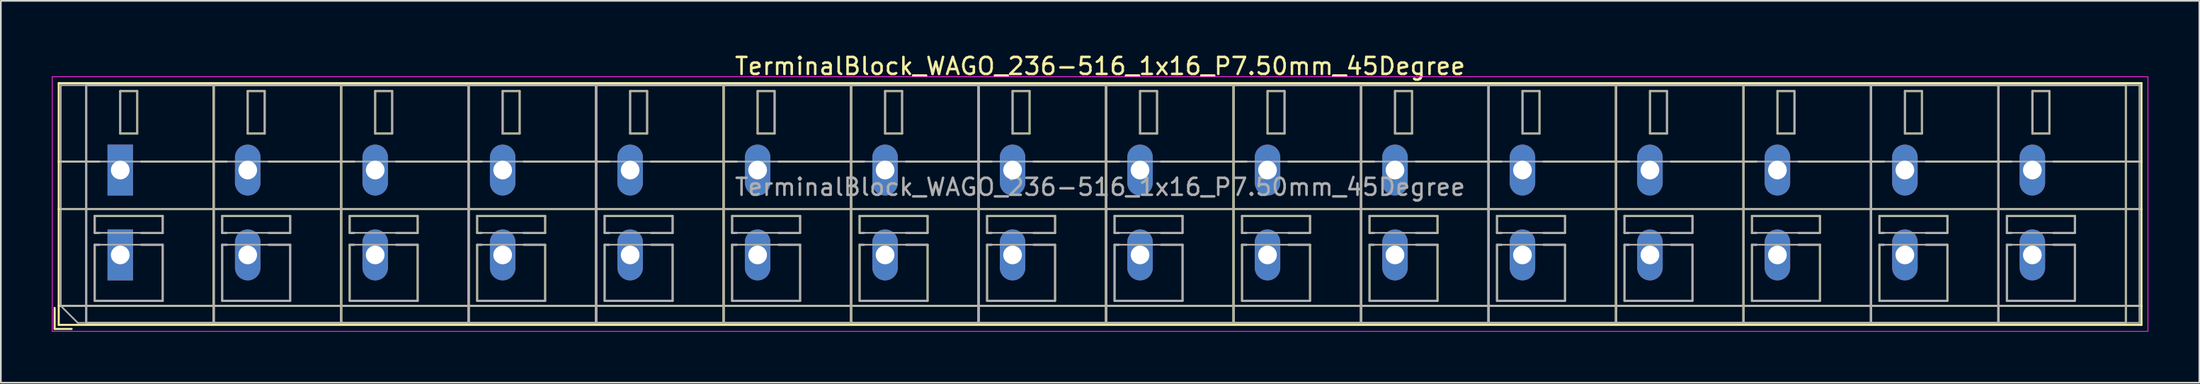
<source format=kicad_pcb>
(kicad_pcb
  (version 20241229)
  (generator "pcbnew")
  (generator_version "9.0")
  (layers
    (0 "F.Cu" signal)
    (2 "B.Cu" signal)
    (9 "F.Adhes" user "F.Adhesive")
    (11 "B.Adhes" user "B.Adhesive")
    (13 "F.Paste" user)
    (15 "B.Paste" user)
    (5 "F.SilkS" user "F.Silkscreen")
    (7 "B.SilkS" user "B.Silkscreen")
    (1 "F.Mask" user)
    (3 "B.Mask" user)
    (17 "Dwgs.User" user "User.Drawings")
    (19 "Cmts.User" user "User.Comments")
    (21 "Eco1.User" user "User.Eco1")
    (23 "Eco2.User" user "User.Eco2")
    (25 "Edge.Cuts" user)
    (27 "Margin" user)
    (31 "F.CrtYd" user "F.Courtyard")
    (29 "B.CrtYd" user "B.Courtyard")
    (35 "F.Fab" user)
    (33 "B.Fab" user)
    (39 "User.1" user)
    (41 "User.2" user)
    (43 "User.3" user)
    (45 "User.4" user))
  (footprint "TerminalBlock_WAGO_236-516_1x16_P7.50mm_45Degree"
    (layer "F.Cu")
    (at 4.025 6.968)
    (property "Reference" "TerminalBlock_WAGO_236-516_1x16_P7.50mm_45Degree" (at 57.65 -6.12 0) (layer "F.SilkS") (effects (font (size 1 1) (thickness 0.15))))
    (attr through_hole)
    (fp_line (start -3.86 8.12) (end -3.86 9.36) (stroke (width 0.12) (type solid)) (layer "F.SilkS"))
    (fp_line (start -3.86 9.36) (end -2.86 9.36) (stroke (width 0.12) (type solid)) (layer "F.SilkS"))
    (fp_line (start -3.62 -5.12) (end -3.62 9.12) (stroke (width 0.12) (type solid)) (layer "F.SilkS"))
    (fp_line (start -3.62 -5.12) (end 118.92 -5.12) (stroke (width 0.12) (type solid)) (layer "F.SilkS"))
    (fp_line (start -3.62 -0.5) (end -1.23 -0.5) (stroke (width 0.12) (type solid)) (layer "F.SilkS"))
    (fp_line (start -3.62 2.3) (end 118.92 2.3) (stroke (width 0.12) (type solid)) (layer "F.SilkS"))
    (fp_line (start -3.62 8) (end 118.92 8) (stroke (width 0.12) (type solid)) (layer "F.SilkS"))
    (fp_line (start -3.62 9.12) (end 118.92 9.12) (stroke (width 0.12) (type solid)) (layer "F.SilkS"))
    (fp_line (start -2 -5) (end -2 9) (stroke (width 0.12) (type solid)) (layer "F.SilkS"))
    (fp_line (start -2 -5) (end 5.5 -5) (stroke (width 0.12) (type solid)) (layer "F.SilkS"))
    (fp_line (start -2 9) (end 5.5 9) (stroke (width 0.12) (type solid)) (layer "F.SilkS"))
    (fp_line (start -1.5 2.7) (end -1.5 3.7) (stroke (width 0.12) (type solid)) (layer "F.SilkS"))
    (fp_line (start -1.5 2.7) (end 2.5 2.7) (stroke (width 0.12) (type solid)) (layer "F.SilkS"))
    (fp_line (start -1.5 3.7) (end -1.23 3.7) (stroke (width 0.12) (type solid)) (layer "F.SilkS"))
    (fp_line (start -1.5 4.4) (end -1.5 7.7) (stroke (width 0.12) (type solid)) (layer "F.SilkS"))
    (fp_line (start -1.5 4.4) (end -1.23 4.4) (stroke (width 0.12) (type solid)) (layer "F.SilkS"))
    (fp_line (start -1.5 7.7) (end 2.5 7.7) (stroke (width 0.12) (type solid)) (layer "F.SilkS"))
    (fp_line (start 0 -4.65) (end 0 -2.151) (stroke (width 0.12) (type solid)) (layer "F.SilkS"))
    (fp_line (start 0 -4.65) (end 1 -4.65) (stroke (width 0.12) (type solid)) (layer "F.SilkS"))
    (fp_line (start 0 -2.151) (end 1 -2.151) (stroke (width 0.12) (type solid)) (layer "F.SilkS"))
    (fp_line (start 1 -4.65) (end 1 -2.151) (stroke (width 0.12) (type solid)) (layer "F.SilkS"))
    (fp_line (start 1.23 -0.5) (end 6.27 -0.5) (stroke (width 0.12) (type solid)) (layer "F.SilkS"))
    (fp_line (start 1.23 3.7) (end 2.5 3.7) (stroke (width 0.12) (type solid)) (layer "F.SilkS"))
    (fp_line (start 1.23 4.4) (end 2.5 4.4) (stroke (width 0.12) (type solid)) (layer "F.SilkS"))
    (fp_line (start 2.5 2.7) (end 2.5 3.7) (stroke (width 0.12) (type solid)) (layer "F.SilkS"))
    (fp_line (start 2.5 4.4) (end 2.5 7.7) (stroke (width 0.12) (type solid)) (layer "F.SilkS"))
    (fp_line (start 5.5 -5) (end 5.5 9) (stroke (width 0.12) (type solid)) (layer "F.SilkS"))
    (fp_line (start 5.5 -5) (end 5.5 9) (stroke (width 0.12) (type solid)) (layer "F.SilkS"))
    (fp_line (start 5.5 -5) (end 13 -5) (stroke (width 0.12) (type solid)) (layer "F.SilkS"))
    (fp_line (start 5.5 9) (end 13 9) (stroke (width 0.12) (type solid)) (layer "F.SilkS"))
    (fp_line (start 6 2.7) (end 6 3.7) (stroke (width 0.12) (type solid)) (layer "F.SilkS"))
    (fp_line (start 6 2.7) (end 10 2.7) (stroke (width 0.12) (type solid)) (layer "F.SilkS"))
    (fp_line (start 6 3.7) (end 6.27 3.7) (stroke (width 0.12) (type solid)) (layer "F.SilkS"))
    (fp_line (start 6 4.4) (end 6 7.7) (stroke (width 0.12) (type solid)) (layer "F.SilkS"))
    (fp_line (start 6 4.4) (end 6.27 4.4) (stroke (width 0.12) (type solid)) (layer "F.SilkS"))
    (fp_line (start 6 7.7) (end 10 7.7) (stroke (width 0.12) (type solid)) (layer "F.SilkS"))
    (fp_line (start 7.5 -4.65) (end 7.5 -2.151) (stroke (width 0.12) (type solid)) (layer "F.SilkS"))
    (fp_line (start 7.5 -4.65) (end 8.5 -4.65) (stroke (width 0.12) (type solid)) (layer "F.SilkS"))
    (fp_line (start 7.5 -2.151) (end 8.5 -2.151) (stroke (width 0.12) (type solid)) (layer "F.SilkS"))
    (fp_line (start 8.5 -4.65) (end 8.5 -2.151) (stroke (width 0.12) (type solid)) (layer "F.SilkS"))
    (fp_line (start 8.73 -0.5) (end 13.77 -0.5) (stroke (width 0.12) (type solid)) (layer "F.SilkS"))
    (fp_line (start 8.73 3.7) (end 10 3.7) (stroke (width 0.12) (type solid)) (layer "F.SilkS"))
    (fp_line (start 8.73 4.4) (end 10 4.4) (stroke (width 0.12) (type solid)) (layer "F.SilkS"))
    (fp_line (start 10 2.7) (end 10 3.7) (stroke (width 0.12) (type solid)) (layer "F.SilkS"))
    (fp_line (start 10 4.4) (end 10 7.7) (stroke (width 0.12) (type solid)) (layer "F.SilkS"))
    (fp_line (start 13 -5) (end 13 9) (stroke (width 0.12) (type solid)) (layer "F.SilkS"))
    (fp_line (start 13 -5) (end 13 9) (stroke (width 0.12) (type solid)) (layer "F.SilkS"))
    (fp_line (start 13 -5) (end 20.5 -5) (stroke (width 0.12) (type solid)) (layer "F.SilkS"))
    (fp_line (start 13 9) (end 20.5 9) (stroke (width 0.12) (type solid)) (layer "F.SilkS"))
    (fp_line (start 13.5 2.7) (end 13.5 3.7) (stroke (width 0.12) (type solid)) (layer "F.SilkS"))
    (fp_line (start 13.5 2.7) (end 17.5 2.7) (stroke (width 0.12) (type solid)) (layer "F.SilkS"))
    (fp_line (start 13.5 3.7) (end 13.77 3.7) (stroke (width 0.12) (type solid)) (layer "F.SilkS"))
    (fp_line (start 13.5 4.4) (end 13.5 7.7) (stroke (width 0.12) (type solid)) (layer "F.SilkS"))
    (fp_line (start 13.5 4.4) (end 13.77 4.4) (stroke (width 0.12) (type solid)) (layer "F.SilkS"))
    (fp_line (start 13.5 7.7) (end 17.5 7.7) (stroke (width 0.12) (type solid)) (layer "F.SilkS"))
    (fp_line (start 15 -4.65) (end 15 -2.151) (stroke (width 0.12) (type solid)) (layer "F.SilkS"))
    (fp_line (start 15 -4.65) (end 16 -4.65) (stroke (width 0.12) (type solid)) (layer "F.SilkS"))
    (fp_line (start 15 -2.151) (end 16 -2.151) (stroke (width 0.12) (type solid)) (layer "F.SilkS"))
    (fp_line (start 16 -4.65) (end 16 -2.151) (stroke (width 0.12) (type solid)) (layer "F.SilkS"))
    (fp_line (start 16.23 -0.5) (end 21.27 -0.5) (stroke (width 0.12) (type solid)) (layer "F.SilkS"))
    (fp_line (start 16.23 3.7) (end 17.5 3.7) (stroke (width 0.12) (type solid)) (layer "F.SilkS"))
    (fp_line (start 16.23 4.4) (end 17.5 4.4) (stroke (width 0.12) (type solid)) (layer "F.SilkS"))
    (fp_line (start 17.5 2.7) (end 17.5 3.7) (stroke (width 0.12) (type solid)) (layer "F.SilkS"))
    (fp_line (start 17.5 4.4) (end 17.5 7.7) (stroke (width 0.12) (type solid)) (layer "F.SilkS"))
    (fp_line (start 20.5 -5) (end 20.5 9) (stroke (width 0.12) (type solid)) (layer "F.SilkS"))
    (fp_line (start 20.5 -5) (end 20.5 9) (stroke (width 0.12) (type solid)) (layer "F.SilkS"))
    (fp_line (start 20.5 -5) (end 28 -5) (stroke (width 0.12) (type solid)) (layer "F.SilkS"))
    (fp_line (start 20.5 9) (end 28 9) (stroke (width 0.12) (type solid)) (layer "F.SilkS"))
    (fp_line (start 21 2.7) (end 21 3.7) (stroke (width 0.12) (type solid)) (layer "F.SilkS"))
    (fp_line (start 21 2.7) (end 25 2.7) (stroke (width 0.12) (type solid)) (layer "F.SilkS"))
    (fp_line (start 21 3.7) (end 21.27 3.7) (stroke (width 0.12) (type solid)) (layer "F.SilkS"))
    (fp_line (start 21 4.4) (end 21 7.7) (stroke (width 0.12) (type solid)) (layer "F.SilkS"))
    (fp_line (start 21 4.4) (end 21.27 4.4) (stroke (width 0.12) (type solid)) (layer "F.SilkS"))
    (fp_line (start 21 7.7) (end 25 7.7) (stroke (width 0.12) (type solid)) (layer "F.SilkS"))
    (fp_line (start 22.5 -4.65) (end 22.5 -2.151) (stroke (width 0.12) (type solid)) (layer "F.SilkS"))
    (fp_line (start 22.5 -4.65) (end 23.5 -4.65) (stroke (width 0.12) (type solid)) (layer "F.SilkS"))
    (fp_line (start 22.5 -2.151) (end 23.5 -2.151) (stroke (width 0.12) (type solid)) (layer "F.SilkS"))
    (fp_line (start 23.5 -4.65) (end 23.5 -2.151) (stroke (width 0.12) (type solid)) (layer "F.SilkS"))
    (fp_line (start 23.73 -0.5) (end 28.77 -0.5) (stroke (width 0.12) (type solid)) (layer "F.SilkS"))
    (fp_line (start 23.73 3.7) (end 25 3.7) (stroke (width 0.12) (type solid)) (layer "F.SilkS"))
    (fp_line (start 23.73 4.4) (end 25 4.4) (stroke (width 0.12) (type solid)) (layer "F.SilkS"))
    (fp_line (start 25 2.7) (end 25 3.7) (stroke (width 0.12) (type solid)) (layer "F.SilkS"))
    (fp_line (start 25 4.4) (end 25 7.7) (stroke (width 0.12) (type solid)) (layer "F.SilkS"))
    (fp_line (start 28 -5) (end 28 9) (stroke (width 0.12) (type solid)) (layer "F.SilkS"))
    (fp_line (start 28 -5) (end 28 9) (stroke (width 0.12) (type solid)) (layer "F.SilkS"))
    (fp_line (start 28 -5) (end 35.5 -5) (stroke (width 0.12) (type solid)) (layer "F.SilkS"))
    (fp_line (start 28 9) (end 35.5 9) (stroke (width 0.12) (type solid)) (layer "F.SilkS"))
    (fp_line (start 28.5 2.7) (end 28.5 3.7) (stroke (width 0.12) (type solid)) (layer "F.SilkS"))
    (fp_line (start 28.5 2.7) (end 32.5 2.7) (stroke (width 0.12) (type solid)) (layer "F.SilkS"))
    (fp_line (start 28.5 3.7) (end 28.77 3.7) (stroke (width 0.12) (type solid)) (layer "F.SilkS"))
    (fp_line (start 28.5 4.4) (end 28.5 7.7) (stroke (width 0.12) (type solid)) (layer "F.SilkS"))
    (fp_line (start 28.5 4.4) (end 28.77 4.4) (stroke (width 0.12) (type solid)) (layer "F.SilkS"))
    (fp_line (start 28.5 7.7) (end 32.5 7.7) (stroke (width 0.12) (type solid)) (layer "F.SilkS"))
    (fp_line (start 30 -4.65) (end 30 -2.151) (stroke (width 0.12) (type solid)) (layer "F.SilkS"))
    (fp_line (start 30 -4.65) (end 31 -4.65) (stroke (width 0.12) (type solid)) (layer "F.SilkS"))
    (fp_line (start 30 -2.151) (end 31 -2.151) (stroke (width 0.12) (type solid)) (layer "F.SilkS"))
    (fp_line (start 31 -4.65) (end 31 -2.151) (stroke (width 0.12) (type solid)) (layer "F.SilkS"))
    (fp_line (start 31.23 -0.5) (end 36.27 -0.5) (stroke (width 0.12) (type solid)) (layer "F.SilkS"))
    (fp_line (start 31.23 3.7) (end 32.5 3.7) (stroke (width 0.12) (type solid)) (layer "F.SilkS"))
    (fp_line (start 31.23 4.4) (end 32.5 4.4) (stroke (width 0.12) (type solid)) (layer "F.SilkS"))
    (fp_line (start 32.5 2.7) (end 32.5 3.7) (stroke (width 0.12) (type solid)) (layer "F.SilkS"))
    (fp_line (start 32.5 4.4) (end 32.5 7.7) (stroke (width 0.12) (type solid)) (layer "F.SilkS"))
    (fp_line (start 35.5 -5) (end 35.5 9) (stroke (width 0.12) (type solid)) (layer "F.SilkS"))
    (fp_line (start 35.5 -5) (end 35.5 9) (stroke (width 0.12) (type solid)) (layer "F.SilkS"))
    (fp_line (start 35.5 -5) (end 43 -5) (stroke (width 0.12) (type solid)) (layer "F.SilkS"))
    (fp_line (start 35.5 9) (end 43 9) (stroke (width 0.12) (type solid)) (layer "F.SilkS"))
    (fp_line (start 36 2.7) (end 36 3.7) (stroke (width 0.12) (type solid)) (layer "F.SilkS"))
    (fp_line (start 36 2.7) (end 40 2.7) (stroke (width 0.12) (type solid)) (layer "F.SilkS"))
    (fp_line (start 36 3.7) (end 36.27 3.7) (stroke (width 0.12) (type solid)) (layer "F.SilkS"))
    (fp_line (start 36 4.4) (end 36 7.7) (stroke (width 0.12) (type solid)) (layer "F.SilkS"))
    (fp_line (start 36 4.4) (end 36.27 4.4) (stroke (width 0.12) (type solid)) (layer "F.SilkS"))
    (fp_line (start 36 7.7) (end 40 7.7) (stroke (width 0.12) (type solid)) (layer "F.SilkS"))
    (fp_line (start 37.5 -4.65) (end 37.5 -2.151) (stroke (width 0.12) (type solid)) (layer "F.SilkS"))
    (fp_line (start 37.5 -4.65) (end 38.5 -4.65) (stroke (width 0.12) (type solid)) (layer "F.SilkS"))
    (fp_line (start 37.5 -2.151) (end 38.5 -2.151) (stroke (width 0.12) (type solid)) (layer "F.SilkS"))
    (fp_line (start 38.5 -4.65) (end 38.5 -2.151) (stroke (width 0.12) (type solid)) (layer "F.SilkS"))
    (fp_line (start 38.73 -0.5) (end 43.77 -0.5) (stroke (width 0.12) (type solid)) (layer "F.SilkS"))
    (fp_line (start 38.73 3.7) (end 40 3.7) (stroke (width 0.12) (type solid)) (layer "F.SilkS"))
    (fp_line (start 38.73 4.4) (end 40 4.4) (stroke (width 0.12) (type solid)) (layer "F.SilkS"))
    (fp_line (start 40 2.7) (end 40 3.7) (stroke (width 0.12) (type solid)) (layer "F.SilkS"))
    (fp_line (start 40 4.4) (end 40 7.7) (stroke (width 0.12) (type solid)) (layer "F.SilkS"))
    (fp_line (start 43 -5) (end 43 9) (stroke (width 0.12) (type solid)) (layer "F.SilkS"))
    (fp_line (start 43 -5) (end 43 9) (stroke (width 0.12) (type solid)) (layer "F.SilkS"))
    (fp_line (start 43 -5) (end 50.5 -5) (stroke (width 0.12) (type solid)) (layer "F.SilkS"))
    (fp_line (start 43 9) (end 50.5 9) (stroke (width 0.12) (type solid)) (layer "F.SilkS"))
    (fp_line (start 43.5 2.7) (end 43.5 3.7) (stroke (width 0.12) (type solid)) (layer "F.SilkS"))
    (fp_line (start 43.5 2.7) (end 47.5 2.7) (stroke (width 0.12) (type solid)) (layer "F.SilkS"))
    (fp_line (start 43.5 3.7) (end 43.77 3.7) (stroke (width 0.12) (type solid)) (layer "F.SilkS"))
    (fp_line (start 43.5 4.4) (end 43.5 7.7) (stroke (width 0.12) (type solid)) (layer "F.SilkS"))
    (fp_line (start 43.5 4.4) (end 43.77 4.4) (stroke (width 0.12) (type solid)) (layer "F.SilkS"))
    (fp_line (start 43.5 7.7) (end 47.5 7.7) (stroke (width 0.12) (type solid)) (layer "F.SilkS"))
    (fp_line (start 45 -4.65) (end 45 -2.151) (stroke (width 0.12) (type solid)) (layer "F.SilkS"))
    (fp_line (start 45 -4.65) (end 46 -4.65) (stroke (width 0.12) (type solid)) (layer "F.SilkS"))
    (fp_line (start 45 -2.151) (end 46 -2.151) (stroke (width 0.12) (type solid)) (layer "F.SilkS"))
    (fp_line (start 46 -4.65) (end 46 -2.151) (stroke (width 0.12) (type solid)) (layer "F.SilkS"))
    (fp_line (start 46.23 -0.5) (end 51.27 -0.5) (stroke (width 0.12) (type solid)) (layer "F.SilkS"))
    (fp_line (start 46.23 3.7) (end 47.5 3.7) (stroke (width 0.12) (type solid)) (layer "F.SilkS"))
    (fp_line (start 46.23 4.4) (end 47.5 4.4) (stroke (width 0.12) (type solid)) (layer "F.SilkS"))
    (fp_line (start 47.5 2.7) (end 47.5 3.7) (stroke (width 0.12) (type solid)) (layer "F.SilkS"))
    (fp_line (start 47.5 4.4) (end 47.5 7.7) (stroke (width 0.12) (type solid)) (layer "F.SilkS"))
    (fp_line (start 50.5 -5) (end 50.5 9) (stroke (width 0.12) (type solid)) (layer "F.SilkS"))
    (fp_line (start 50.5 -5) (end 50.5 9) (stroke (width 0.12) (type solid)) (layer "F.SilkS"))
    (fp_line (start 50.5 -5) (end 58 -5) (stroke (width 0.12) (type solid)) (layer "F.SilkS"))
    (fp_line (start 50.5 9) (end 58 9) (stroke (width 0.12) (type solid)) (layer "F.SilkS"))
    (fp_line (start 51 2.7) (end 51 3.7) (stroke (width 0.12) (type solid)) (layer "F.SilkS"))
    (fp_line (start 51 2.7) (end 55 2.7) (stroke (width 0.12) (type solid)) (layer "F.SilkS"))
    (fp_line (start 51 3.7) (end 51.27 3.7) (stroke (width 0.12) (type solid)) (layer "F.SilkS"))
    (fp_line (start 51 4.4) (end 51 7.7) (stroke (width 0.12) (type solid)) (layer "F.SilkS"))
    (fp_line (start 51 4.4) (end 51.27 4.4) (stroke (width 0.12) (type solid)) (layer "F.SilkS"))
    (fp_line (start 51 7.7) (end 55 7.7) (stroke (width 0.12) (type solid)) (layer "F.SilkS"))
    (fp_line (start 52.5 -4.65) (end 52.5 -2.151) (stroke (width 0.12) (type solid)) (layer "F.SilkS"))
    (fp_line (start 52.5 -4.65) (end 53.5 -4.65) (stroke (width 0.12) (type solid)) (layer "F.SilkS"))
    (fp_line (start 52.5 -2.151) (end 53.5 -2.151) (stroke (width 0.12) (type solid)) (layer "F.SilkS"))
    (fp_line (start 53.5 -4.65) (end 53.5 -2.151) (stroke (width 0.12) (type solid)) (layer "F.SilkS"))
    (fp_line (start 53.73 -0.5) (end 58.77 -0.5) (stroke (width 0.12) (type solid)) (layer "F.SilkS"))
    (fp_line (start 53.73 3.7) (end 55 3.7) (stroke (width 0.12) (type solid)) (layer "F.SilkS"))
    (fp_line (start 53.73 4.4) (end 55 4.4) (stroke (width 0.12) (type solid)) (layer "F.SilkS"))
    (fp_line (start 55 2.7) (end 55 3.7) (stroke (width 0.12) (type solid)) (layer "F.SilkS"))
    (fp_line (start 55 4.4) (end 55 7.7) (stroke (width 0.12) (type solid)) (layer "F.SilkS"))
    (fp_line (start 58 -5) (end 58 9) (stroke (width 0.12) (type solid)) (layer "F.SilkS"))
    (fp_line (start 58 -5) (end 58 9) (stroke (width 0.12) (type solid)) (layer "F.SilkS"))
    (fp_line (start 58 -5) (end 65.5 -5) (stroke (width 0.12) (type solid)) (layer "F.SilkS"))
    (fp_line (start 58 9) (end 65.5 9) (stroke (width 0.12) (type solid)) (layer "F.SilkS"))
    (fp_line (start 58.5 2.7) (end 58.5 3.7) (stroke (width 0.12) (type solid)) (layer "F.SilkS"))
    (fp_line (start 58.5 2.7) (end 62.5 2.7) (stroke (width 0.12) (type solid)) (layer "F.SilkS"))
    (fp_line (start 58.5 3.7) (end 58.77 3.7) (stroke (width 0.12) (type solid)) (layer "F.SilkS"))
    (fp_line (start 58.5 4.4) (end 58.5 7.7) (stroke (width 0.12) (type solid)) (layer "F.SilkS"))
    (fp_line (start 58.5 4.4) (end 58.77 4.4) (stroke (width 0.12) (type solid)) (layer "F.SilkS"))
    (fp_line (start 58.5 7.7) (end 62.5 7.7) (stroke (width 0.12) (type solid)) (layer "F.SilkS"))
    (fp_line (start 60 -4.65) (end 60 -2.151) (stroke (width 0.12) (type solid)) (layer "F.SilkS"))
    (fp_line (start 60 -4.65) (end 61 -4.65) (stroke (width 0.12) (type solid)) (layer "F.SilkS"))
    (fp_line (start 60 -2.151) (end 61 -2.151) (stroke (width 0.12) (type solid)) (layer "F.SilkS"))
    (fp_line (start 61 -4.65) (end 61 -2.151) (stroke (width 0.12) (type solid)) (layer "F.SilkS"))
    (fp_line (start 61.23 -0.5) (end 66.27 -0.5) (stroke (width 0.12) (type solid)) (layer "F.SilkS"))
    (fp_line (start 61.23 3.7) (end 62.5 3.7) (stroke (width 0.12) (type solid)) (layer "F.SilkS"))
    (fp_line (start 61.23 4.4) (end 62.5 4.4) (stroke (width 0.12) (type solid)) (layer "F.SilkS"))
    (fp_line (start 62.5 2.7) (end 62.5 3.7) (stroke (width 0.12) (type solid)) (layer "F.SilkS"))
    (fp_line (start 62.5 4.4) (end 62.5 7.7) (stroke (width 0.12) (type solid)) (layer "F.SilkS"))
    (fp_line (start 65.5 -5) (end 65.5 9) (stroke (width 0.12) (type solid)) (layer "F.SilkS"))
    (fp_line (start 65.5 -5) (end 65.5 9) (stroke (width 0.12) (type solid)) (layer "F.SilkS"))
    (fp_line (start 65.5 -5) (end 73 -5) (stroke (width 0.12) (type solid)) (layer "F.SilkS"))
    (fp_line (start 65.5 9) (end 73 9) (stroke (width 0.12) (type solid)) (layer "F.SilkS"))
    (fp_line (start 66 2.7) (end 66 3.7) (stroke (width 0.12) (type solid)) (layer "F.SilkS"))
    (fp_line (start 66 2.7) (end 70 2.7) (stroke (width 0.12) (type solid)) (layer "F.SilkS"))
    (fp_line (start 66 3.7) (end 66.27 3.7) (stroke (width 0.12) (type solid)) (layer "F.SilkS"))
    (fp_line (start 66 4.4) (end 66 7.7) (stroke (width 0.12) (type solid)) (layer "F.SilkS"))
    (fp_line (start 66 4.4) (end 66.27 4.4) (stroke (width 0.12) (type solid)) (layer "F.SilkS"))
    (fp_line (start 66 7.7) (end 70 7.7) (stroke (width 0.12) (type solid)) (layer "F.SilkS"))
    (fp_line (start 67.5 -4.65) (end 67.5 -2.151) (stroke (width 0.12) (type solid)) (layer "F.SilkS"))
    (fp_line (start 67.5 -4.65) (end 68.5 -4.65) (stroke (width 0.12) (type solid)) (layer "F.SilkS"))
    (fp_line (start 67.5 -2.151) (end 68.5 -2.151) (stroke (width 0.12) (type solid)) (layer "F.SilkS"))
    (fp_line (start 68.5 -4.65) (end 68.5 -2.151) (stroke (width 0.12) (type solid)) (layer "F.SilkS"))
    (fp_line (start 68.73 -0.5) (end 73.77 -0.5) (stroke (width 0.12) (type solid)) (layer "F.SilkS"))
    (fp_line (start 68.73 3.7) (end 70 3.7) (stroke (width 0.12) (type solid)) (layer "F.SilkS"))
    (fp_line (start 68.73 4.4) (end 70 4.4) (stroke (width 0.12) (type solid)) (layer "F.SilkS"))
    (fp_line (start 70 2.7) (end 70 3.7) (stroke (width 0.12) (type solid)) (layer "F.SilkS"))
    (fp_line (start 70 4.4) (end 70 7.7) (stroke (width 0.12) (type solid)) (layer "F.SilkS"))
    (fp_line (start 73 -5) (end 73 9) (stroke (width 0.12) (type solid)) (layer "F.SilkS"))
    (fp_line (start 73 -5) (end 73 9) (stroke (width 0.12) (type solid)) (layer "F.SilkS"))
    (fp_line (start 73 -5) (end 80.5 -5) (stroke (width 0.12) (type solid)) (layer "F.SilkS"))
    (fp_line (start 73 9) (end 80.5 9) (stroke (width 0.12) (type solid)) (layer "F.SilkS"))
    (fp_line (start 73.5 2.7) (end 73.5 3.7) (stroke (width 0.12) (type solid)) (layer "F.SilkS"))
    (fp_line (start 73.5 2.7) (end 77.5 2.7) (stroke (width 0.12) (type solid)) (layer "F.SilkS"))
    (fp_line (start 73.5 3.7) (end 73.77 3.7) (stroke (width 0.12) (type solid)) (layer "F.SilkS"))
    (fp_line (start 73.5 4.4) (end 73.5 7.7) (stroke (width 0.12) (type solid)) (layer "F.SilkS"))
    (fp_line (start 73.5 4.4) (end 73.77 4.4) (stroke (width 0.12) (type solid)) (layer "F.SilkS"))
    (fp_line (start 73.5 7.7) (end 77.5 7.7) (stroke (width 0.12) (type solid)) (layer "F.SilkS"))
    (fp_line (start 75 -4.65) (end 75 -2.151) (stroke (width 0.12) (type solid)) (layer "F.SilkS"))
    (fp_line (start 75 -4.65) (end 76 -4.65) (stroke (width 0.12) (type solid)) (layer "F.SilkS"))
    (fp_line (start 75 -2.151) (end 76 -2.151) (stroke (width 0.12) (type solid)) (layer "F.SilkS"))
    (fp_line (start 76 -4.65) (end 76 -2.151) (stroke (width 0.12) (type solid)) (layer "F.SilkS"))
    (fp_line (start 76.23 -0.5) (end 81.27 -0.5) (stroke (width 0.12) (type solid)) (layer "F.SilkS"))
    (fp_line (start 76.23 3.7) (end 77.5 3.7) (stroke (width 0.12) (type solid)) (layer "F.SilkS"))
    (fp_line (start 76.23 4.4) (end 77.5 4.4) (stroke (width 0.12) (type solid)) (layer "F.SilkS"))
    (fp_line (start 77.5 2.7) (end 77.5 3.7) (stroke (width 0.12) (type solid)) (layer "F.SilkS"))
    (fp_line (start 77.5 4.4) (end 77.5 7.7) (stroke (width 0.12) (type solid)) (layer "F.SilkS"))
    (fp_line (start 80.5 -5) (end 80.5 9) (stroke (width 0.12) (type solid)) (layer "F.SilkS"))
    (fp_line (start 80.5 -5) (end 80.5 9) (stroke (width 0.12) (type solid)) (layer "F.SilkS"))
    (fp_line (start 80.5 -5) (end 88 -5) (stroke (width 0.12) (type solid)) (layer "F.SilkS"))
    (fp_line (start 80.5 9) (end 88 9) (stroke (width 0.12) (type solid)) (layer "F.SilkS"))
    (fp_line (start 81 2.7) (end 81 3.7) (stroke (width 0.12) (type solid)) (layer "F.SilkS"))
    (fp_line (start 81 2.7) (end 85 2.7) (stroke (width 0.12) (type solid)) (layer "F.SilkS"))
    (fp_line (start 81 3.7) (end 81.27 3.7) (stroke (width 0.12) (type solid)) (layer "F.SilkS"))
    (fp_line (start 81 4.4) (end 81 7.7) (stroke (width 0.12) (type solid)) (layer "F.SilkS"))
    (fp_line (start 81 4.4) (end 81.27 4.4) (stroke (width 0.12) (type solid)) (layer "F.SilkS"))
    (fp_line (start 81 7.7) (end 85 7.7) (stroke (width 0.12) (type solid)) (layer "F.SilkS"))
    (fp_line (start 82.5 -4.65) (end 82.5 -2.151) (stroke (width 0.12) (type solid)) (layer "F.SilkS"))
    (fp_line (start 82.5 -4.65) (end 83.5 -4.65) (stroke (width 0.12) (type solid)) (layer "F.SilkS"))
    (fp_line (start 82.5 -2.151) (end 83.5 -2.151) (stroke (width 0.12) (type solid)) (layer "F.SilkS"))
    (fp_line (start 83.5 -4.65) (end 83.5 -2.151) (stroke (width 0.12) (type solid)) (layer "F.SilkS"))
    (fp_line (start 83.73 -0.5) (end 88.77 -0.5) (stroke (width 0.12) (type solid)) (layer "F.SilkS"))
    (fp_line (start 83.73 3.7) (end 85 3.7) (stroke (width 0.12) (type solid)) (layer "F.SilkS"))
    (fp_line (start 83.73 4.4) (end 85 4.4) (stroke (width 0.12) (type solid)) (layer "F.SilkS"))
    (fp_line (start 85 2.7) (end 85 3.7) (stroke (width 0.12) (type solid)) (layer "F.SilkS"))
    (fp_line (start 85 4.4) (end 85 7.7) (stroke (width 0.12) (type solid)) (layer "F.SilkS"))
    (fp_line (start 88 -5) (end 88 9) (stroke (width 0.12) (type solid)) (layer "F.SilkS"))
    (fp_line (start 88 -5) (end 88 9) (stroke (width 0.12) (type solid)) (layer "F.SilkS"))
    (fp_line (start 88 -5) (end 95.5 -5) (stroke (width 0.12) (type solid)) (layer "F.SilkS"))
    (fp_line (start 88 9) (end 95.5 9) (stroke (width 0.12) (type solid)) (layer "F.SilkS"))
    (fp_line (start 88.5 2.7) (end 88.5 3.7) (stroke (width 0.12) (type solid)) (layer "F.SilkS"))
    (fp_line (start 88.5 2.7) (end 92.5 2.7) (stroke (width 0.12) (type solid)) (layer "F.SilkS"))
    (fp_line (start 88.5 3.7) (end 88.77 3.7) (stroke (width 0.12) (type solid)) (layer "F.SilkS"))
    (fp_line (start 88.5 4.4) (end 88.5 7.7) (stroke (width 0.12) (type solid)) (layer "F.SilkS"))
    (fp_line (start 88.5 4.4) (end 88.77 4.4) (stroke (width 0.12) (type solid)) (layer "F.SilkS"))
    (fp_line (start 88.5 7.7) (end 92.5 7.7) (stroke (width 0.12) (type solid)) (layer "F.SilkS"))
    (fp_line (start 90 -4.65) (end 90 -2.151) (stroke (width 0.12) (type solid)) (layer "F.SilkS"))
    (fp_line (start 90 -4.65) (end 91 -4.65) (stroke (width 0.12) (type solid)) (layer "F.SilkS"))
    (fp_line (start 90 -2.151) (end 91 -2.151) (stroke (width 0.12) (type solid)) (layer "F.SilkS"))
    (fp_line (start 91 -4.65) (end 91 -2.151) (stroke (width 0.12) (type solid)) (layer "F.SilkS"))
    (fp_line (start 91.23 -0.5) (end 96.27 -0.5) (stroke (width 0.12) (type solid)) (layer "F.SilkS"))
    (fp_line (start 91.23 3.7) (end 92.5 3.7) (stroke (width 0.12) (type solid)) (layer "F.SilkS"))
    (fp_line (start 91.23 4.4) (end 92.5 4.4) (stroke (width 0.12) (type solid)) (layer "F.SilkS"))
    (fp_line (start 92.5 2.7) (end 92.5 3.7) (stroke (width 0.12) (type solid)) (layer "F.SilkS"))
    (fp_line (start 92.5 4.4) (end 92.5 7.7) (stroke (width 0.12) (type solid)) (layer "F.SilkS"))
    (fp_line (start 95.5 -5) (end 95.5 9) (stroke (width 0.12) (type solid)) (layer "F.SilkS"))
    (fp_line (start 95.5 -5) (end 95.5 9) (stroke (width 0.12) (type solid)) (layer "F.SilkS"))
    (fp_line (start 95.5 -5) (end 103 -5) (stroke (width 0.12) (type solid)) (layer "F.SilkS"))
    (fp_line (start 95.5 9) (end 103 9) (stroke (width 0.12) (type solid)) (layer "F.SilkS"))
    (fp_line (start 96 2.7) (end 96 3.7) (stroke (width 0.12) (type solid)) (layer "F.SilkS"))
    (fp_line (start 96 2.7) (end 100 2.7) (stroke (width 0.12) (type solid)) (layer "F.SilkS"))
    (fp_line (start 96 3.7) (end 96.27 3.7) (stroke (width 0.12) (type solid)) (layer "F.SilkS"))
    (fp_line (start 96 4.4) (end 96 7.7) (stroke (width 0.12) (type solid)) (layer "F.SilkS"))
    (fp_line (start 96 4.4) (end 96.27 4.4) (stroke (width 0.12) (type solid)) (layer "F.SilkS"))
    (fp_line (start 96 7.7) (end 100 7.7) (stroke (width 0.12) (type solid)) (layer "F.SilkS"))
    (fp_line (start 97.5 -4.65) (end 97.5 -2.151) (stroke (width 0.12) (type solid)) (layer "F.SilkS"))
    (fp_line (start 97.5 -4.65) (end 98.5 -4.65) (stroke (width 0.12) (type solid)) (layer "F.SilkS"))
    (fp_line (start 97.5 -2.151) (end 98.5 -2.151) (stroke (width 0.12) (type solid)) (layer "F.SilkS"))
    (fp_line (start 98.5 -4.65) (end 98.5 -2.151) (stroke (width 0.12) (type solid)) (layer "F.SilkS"))
    (fp_line (start 98.73 -0.5) (end 103.77 -0.5) (stroke (width 0.12) (type solid)) (layer "F.SilkS"))
    (fp_line (start 98.73 3.7) (end 100 3.7) (stroke (width 0.12) (type solid)) (layer "F.SilkS"))
    (fp_line (start 98.73 4.4) (end 100 4.4) (stroke (width 0.12) (type solid)) (layer "F.SilkS"))
    (fp_line (start 100 2.7) (end 100 3.7) (stroke (width 0.12) (type solid)) (layer "F.SilkS"))
    (fp_line (start 100 4.4) (end 100 7.7) (stroke (width 0.12) (type solid)) (layer "F.SilkS"))
    (fp_line (start 103 -5) (end 103 9) (stroke (width 0.12) (type solid)) (layer "F.SilkS"))
    (fp_line (start 103 -5) (end 103 9) (stroke (width 0.12) (type solid)) (layer "F.SilkS"))
    (fp_line (start 103 -5) (end 110.5 -5) (stroke (width 0.12) (type solid)) (layer "F.SilkS"))
    (fp_line (start 103 9) (end 110.5 9) (stroke (width 0.12) (type solid)) (layer "F.SilkS"))
    (fp_line (start 103.5 2.7) (end 103.5 3.7) (stroke (width 0.12) (type solid)) (layer "F.SilkS"))
    (fp_line (start 103.5 2.7) (end 107.5 2.7) (stroke (width 0.12) (type solid)) (layer "F.SilkS"))
    (fp_line (start 103.5 3.7) (end 103.77 3.7) (stroke (width 0.12) (type solid)) (layer "F.SilkS"))
    (fp_line (start 103.5 4.4) (end 103.5 7.7) (stroke (width 0.12) (type solid)) (layer "F.SilkS"))
    (fp_line (start 103.5 4.4) (end 103.77 4.4) (stroke (width 0.12) (type solid)) (layer "F.SilkS"))
    (fp_line (start 103.5 7.7) (end 107.5 7.7) (stroke (width 0.12) (type solid)) (layer "F.SilkS"))
    (fp_line (start 105 -4.65) (end 105 -2.151) (stroke (width 0.12) (type solid)) (layer "F.SilkS"))
    (fp_line (start 105 -4.65) (end 106 -4.65) (stroke (width 0.12) (type solid)) (layer "F.SilkS"))
    (fp_line (start 105 -2.151) (end 106 -2.151) (stroke (width 0.12) (type solid)) (layer "F.SilkS"))
    (fp_line (start 106 -4.65) (end 106 -2.151) (stroke (width 0.12) (type solid)) (layer "F.SilkS"))
    (fp_line (start 106.23 -0.5) (end 111.27 -0.5) (stroke (width 0.12) (type solid)) (layer "F.SilkS"))
    (fp_line (start 106.23 3.7) (end 107.5 3.7) (stroke (width 0.12) (type solid)) (layer "F.SilkS"))
    (fp_line (start 106.23 4.4) (end 107.5 4.4) (stroke (width 0.12) (type solid)) (layer "F.SilkS"))
    (fp_line (start 107.5 2.7) (end 107.5 3.7) (stroke (width 0.12) (type solid)) (layer "F.SilkS"))
    (fp_line (start 107.5 4.4) (end 107.5 7.7) (stroke (width 0.12) (type solid)) (layer "F.SilkS"))
    (fp_line (start 110.5 -5) (end 110.5 9) (stroke (width 0.12) (type solid)) (layer "F.SilkS"))
    (fp_line (start 110.5 -5) (end 110.5 9) (stroke (width 0.12) (type solid)) (layer "F.SilkS"))
    (fp_line (start 110.5 -5) (end 118 -5) (stroke (width 0.12) (type solid)) (layer "F.SilkS"))
    (fp_line (start 110.5 9) (end 118 9) (stroke (width 0.12) (type solid)) (layer "F.SilkS"))
    (fp_line (start 111 2.7) (end 111 3.7) (stroke (width 0.12) (type solid)) (layer "F.SilkS"))
    (fp_line (start 111 2.7) (end 115 2.7) (stroke (width 0.12) (type solid)) (layer "F.SilkS"))
    (fp_line (start 111 3.7) (end 111.27 3.7) (stroke (width 0.12) (type solid)) (layer "F.SilkS"))
    (fp_line (start 111 4.4) (end 111 7.7) (stroke (width 0.12) (type solid)) (layer "F.SilkS"))
    (fp_line (start 111 4.4) (end 111.27 4.4) (stroke (width 0.12) (type solid)) (layer "F.SilkS"))
    (fp_line (start 111 7.7) (end 115 7.7) (stroke (width 0.12) (type solid)) (layer "F.SilkS"))
    (fp_line (start 112.5 -4.65) (end 112.5 -2.151) (stroke (width 0.12) (type solid)) (layer "F.SilkS"))
    (fp_line (start 112.5 -4.65) (end 113.5 -4.65) (stroke (width 0.12) (type solid)) (layer "F.SilkS"))
    (fp_line (start 112.5 -2.151) (end 113.5 -2.151) (stroke (width 0.12) (type solid)) (layer "F.SilkS"))
    (fp_line (start 113.5 -4.65) (end 113.5 -2.151) (stroke (width 0.12) (type solid)) (layer "F.SilkS"))
    (fp_line (start 113.73 -0.5) (end 118.92 -0.5) (stroke (width 0.12) (type solid)) (layer "F.SilkS"))
    (fp_line (start 113.73 3.7) (end 115 3.7) (stroke (width 0.12) (type solid)) (layer "F.SilkS"))
    (fp_line (start 113.73 4.4) (end 115 4.4) (stroke (width 0.12) (type solid)) (layer "F.SilkS"))
    (fp_line (start 115 2.7) (end 115 3.7) (stroke (width 0.12) (type solid)) (layer "F.SilkS"))
    (fp_line (start 115 4.4) (end 115 7.7) (stroke (width 0.12) (type solid)) (layer "F.SilkS"))
    (fp_line (start 118 -5) (end 118 9) (stroke (width 0.12) (type solid)) (layer "F.SilkS"))
    (fp_line (start 118.92 -5.12) (end 118.92 9.12) (stroke (width 0.12) (type solid)) (layer "F.SilkS"))
    (fp_line (start -4 -5.5) (end -4 9.5) (stroke (width 0.05) (type solid)) (layer "F.CrtYd"))
    (fp_line (start -4 9.5) (end 119.3 9.5) (stroke (width 0.05) (type solid)) (layer "F.CrtYd"))
    (fp_line (start 119.3 -5.5) (end -4 -5.5) (stroke (width 0.05) (type solid)) (layer "F.CrtYd"))
    (fp_line (start 119.3 9.5) (end 119.3 -5.5) (stroke (width 0.05) (type solid)) (layer "F.CrtYd"))
    (fp_line (start -3.5 -5) (end 118.8 -5) (stroke (width 0.1) (type solid)) (layer "F.Fab"))
    (fp_line (start -3.5 -0.5) (end 118.8 -0.5) (stroke (width 0.1) (type solid)) (layer "F.Fab"))
    (fp_line (start -3.5 2.3) (end 118.8 2.3) (stroke (width 0.1) (type solid)) (layer "F.Fab"))
    (fp_line (start -3.5 8) (end -3.5 -5) (stroke (width 0.1) (type solid)) (layer "F.Fab"))
    (fp_line (start -3.5 8) (end 118.8 8) (stroke (width 0.1) (type solid)) (layer "F.Fab"))
    (fp_line (start -2.5 9) (end -3.5 8) (stroke (width 0.1) (type solid)) (layer "F.Fab"))
    (fp_line (start -2 -5) (end -2 9) (stroke (width 0.1) (type solid)) (layer "F.Fab"))
    (fp_line (start -2 9) (end 5.5 9) (stroke (width 0.1) (type solid)) (layer "F.Fab"))
    (fp_line (start -1.5 2.7) (end -1.5 3.7) (stroke (width 0.1) (type solid)) (layer "F.Fab"))
    (fp_line (start -1.5 3.7) (end 2.5 3.7) (stroke (width 0.1) (type solid)) (layer "F.Fab"))
    (fp_line (start -1.5 4.4) (end -1.5 7.7) (stroke (width 0.1) (type solid)) (layer "F.Fab"))
    (fp_line (start -1.5 7.7) (end 2.5 7.7) (stroke (width 0.1) (type solid)) (layer "F.Fab"))
    (fp_line (start 0 -4.65) (end 0 -2.15) (stroke (width 0.1) (type solid)) (layer "F.Fab"))
    (fp_line (start 0 -2.15) (end 1 -2.15) (stroke (width 0.1) (type solid)) (layer "F.Fab"))
    (fp_line (start 1 -4.65) (end 0 -4.65) (stroke (width 0.1) (type solid)) (layer "F.Fab"))
    (fp_line (start 1 -2.15) (end 1 -4.65) (stroke (width 0.1) (type solid)) (layer "F.Fab"))
    (fp_line (start 2.5 2.7) (end -1.5 2.7) (stroke (width 0.1) (type solid)) (layer "F.Fab"))
    (fp_line (start 2.5 3.7) (end 2.5 2.7) (stroke (width 0.1) (type solid)) (layer "F.Fab"))
    (fp_line (start 2.5 4.4) (end -1.5 4.4) (stroke (width 0.1) (type solid)) (layer "F.Fab"))
    (fp_line (start 2.5 7.7) (end 2.5 4.4) (stroke (width 0.1) (type solid)) (layer "F.Fab"))
    (fp_line (start 5.5 -5) (end -2 -5) (stroke (width 0.1) (type solid)) (layer "F.Fab"))
    (fp_line (start 5.5 -5) (end 5.5 9) (stroke (width 0.1) (type solid)) (layer "F.Fab"))
    (fp_line (start 5.5 9) (end 5.5 -5) (stroke (width 0.1) (type solid)) (layer "F.Fab"))
    (fp_line (start 5.5 9) (end 13 9) (stroke (width 0.1) (type solid)) (layer "F.Fab"))
    (fp_line (start 6 2.7) (end 6 3.7) (stroke (width 0.1) (type solid)) (layer "F.Fab"))
    (fp_line (start 6 3.7) (end 10 3.7) (stroke (width 0.1) (type solid)) (layer "F.Fab"))
    (fp_line (start 6 4.4) (end 6 7.7) (stroke (width 0.1) (type solid)) (layer "F.Fab"))
    (fp_line (start 6 7.7) (end 10 7.7) (stroke (width 0.1) (type solid)) (layer "F.Fab"))
    (fp_line (start 7.5 -4.65) (end 7.5 -2.15) (stroke (width 0.1) (type solid)) (layer "F.Fab"))
    (fp_line (start 7.5 -2.15) (end 8.5 -2.15) (stroke (width 0.1) (type solid)) (layer "F.Fab"))
    (fp_line (start 8.5 -4.65) (end 7.5 -4.65) (stroke (width 0.1) (type solid)) (layer "F.Fab"))
    (fp_line (start 8.5 -2.15) (end 8.5 -4.65) (stroke (width 0.1) (type solid)) (layer "F.Fab"))
    (fp_line (start 10 2.7) (end 6 2.7) (stroke (width 0.1) (type solid)) (layer "F.Fab"))
    (fp_line (start 10 3.7) (end 10 2.7) (stroke (width 0.1) (type solid)) (layer "F.Fab"))
    (fp_line (start 10 4.4) (end 6 4.4) (stroke (width 0.1) (type solid)) (layer "F.Fab"))
    (fp_line (start 10 7.7) (end 10 4.4) (stroke (width 0.1) (type solid)) (layer "F.Fab"))
    (fp_line (start 13 -5) (end 5.5 -5) (stroke (width 0.1) (type solid)) (layer "F.Fab"))
    (fp_line (start 13 -5) (end 13 9) (stroke (width 0.1) (type solid)) (layer "F.Fab"))
    (fp_line (start 13 9) (end 13 -5) (stroke (width 0.1) (type solid)) (layer "F.Fab"))
    (fp_line (start 13 9) (end 20.5 9) (stroke (width 0.1) (type solid)) (layer "F.Fab"))
    (fp_line (start 13.5 2.7) (end 13.5 3.7) (stroke (width 0.1) (type solid)) (layer "F.Fab"))
    (fp_line (start 13.5 3.7) (end 17.5 3.7) (stroke (width 0.1) (type solid)) (layer "F.Fab"))
    (fp_line (start 13.5 4.4) (end 13.5 7.7) (stroke (width 0.1) (type solid)) (layer "F.Fab"))
    (fp_line (start 13.5 7.7) (end 17.5 7.7) (stroke (width 0.1) (type solid)) (layer "F.Fab"))
    (fp_line (start 15 -4.65) (end 15 -2.15) (stroke (width 0.1) (type solid)) (layer "F.Fab"))
    (fp_line (start 15 -2.15) (end 16 -2.15) (stroke (width 0.1) (type solid)) (layer "F.Fab"))
    (fp_line (start 16 -4.65) (end 15 -4.65) (stroke (width 0.1) (type solid)) (layer "F.Fab"))
    (fp_line (start 16 -2.15) (end 16 -4.65) (stroke (width 0.1) (type solid)) (layer "F.Fab"))
    (fp_line (start 17.5 2.7) (end 13.5 2.7) (stroke (width 0.1) (type solid)) (layer "F.Fab"))
    (fp_line (start 17.5 3.7) (end 17.5 2.7) (stroke (width 0.1) (type solid)) (layer "F.Fab"))
    (fp_line (start 17.5 4.4) (end 13.5 4.4) (stroke (width 0.1) (type solid)) (layer "F.Fab"))
    (fp_line (start 17.5 7.7) (end 17.5 4.4) (stroke (width 0.1) (type solid)) (layer "F.Fab"))
    (fp_line (start 20.5 -5) (end 13 -5) (stroke (width 0.1) (type solid)) (layer "F.Fab"))
    (fp_line (start 20.5 -5) (end 20.5 9) (stroke (width 0.1) (type solid)) (layer "F.Fab"))
    (fp_line (start 20.5 9) (end 20.5 -5) (stroke (width 0.1) (type solid)) (layer "F.Fab"))
    (fp_line (start 20.5 9) (end 28 9) (stroke (width 0.1) (type solid)) (layer "F.Fab"))
    (fp_line (start 21 2.7) (end 21 3.7) (stroke (width 0.1) (type solid)) (layer "F.Fab"))
    (fp_line (start 21 3.7) (end 25 3.7) (stroke (width 0.1) (type solid)) (layer "F.Fab"))
    (fp_line (start 21 4.4) (end 21 7.7) (stroke (width 0.1) (type solid)) (layer "F.Fab"))
    (fp_line (start 21 7.7) (end 25 7.7) (stroke (width 0.1) (type solid)) (layer "F.Fab"))
    (fp_line (start 22.5 -4.65) (end 22.5 -2.15) (stroke (width 0.1) (type solid)) (layer "F.Fab"))
    (fp_line (start 22.5 -2.15) (end 23.5 -2.15) (stroke (width 0.1) (type solid)) (layer "F.Fab"))
    (fp_line (start 23.5 -4.65) (end 22.5 -4.65) (stroke (width 0.1) (type solid)) (layer "F.Fab"))
    (fp_line (start 23.5 -2.15) (end 23.5 -4.65) (stroke (width 0.1) (type solid)) (layer "F.Fab"))
    (fp_line (start 25 2.7) (end 21 2.7) (stroke (width 0.1) (type solid)) (layer "F.Fab"))
    (fp_line (start 25 3.7) (end 25 2.7) (stroke (width 0.1) (type solid)) (layer "F.Fab"))
    (fp_line (start 25 4.4) (end 21 4.4) (stroke (width 0.1) (type solid)) (layer "F.Fab"))
    (fp_line (start 25 7.7) (end 25 4.4) (stroke (width 0.1) (type solid)) (layer "F.Fab"))
    (fp_line (start 28 -5) (end 20.5 -5) (stroke (width 0.1) (type solid)) (layer "F.Fab"))
    (fp_line (start 28 -5) (end 28 9) (stroke (width 0.1) (type solid)) (layer "F.Fab"))
    (fp_line (start 28 9) (end 28 -5) (stroke (width 0.1) (type solid)) (layer "F.Fab"))
    (fp_line (start 28 9) (end 35.5 9) (stroke (width 0.1) (type solid)) (layer "F.Fab"))
    (fp_line (start 28.5 2.7) (end 28.5 3.7) (stroke (width 0.1) (type solid)) (layer "F.Fab"))
    (fp_line (start 28.5 3.7) (end 32.5 3.7) (stroke (width 0.1) (type solid)) (layer "F.Fab"))
    (fp_line (start 28.5 4.4) (end 28.5 7.7) (stroke (width 0.1) (type solid)) (layer "F.Fab"))
    (fp_line (start 28.5 7.7) (end 32.5 7.7) (stroke (width 0.1) (type solid)) (layer "F.Fab"))
    (fp_line (start 30 -4.65) (end 30 -2.15) (stroke (width 0.1) (type solid)) (layer "F.Fab"))
    (fp_line (start 30 -2.15) (end 31 -2.15) (stroke (width 0.1) (type solid)) (layer "F.Fab"))
    (fp_line (start 31 -4.65) (end 30 -4.65) (stroke (width 0.1) (type solid)) (layer "F.Fab"))
    (fp_line (start 31 -2.15) (end 31 -4.65) (stroke (width 0.1) (type solid)) (layer "F.Fab"))
    (fp_line (start 32.5 2.7) (end 28.5 2.7) (stroke (width 0.1) (type solid)) (layer "F.Fab"))
    (fp_line (start 32.5 3.7) (end 32.5 2.7) (stroke (width 0.1) (type solid)) (layer "F.Fab"))
    (fp_line (start 32.5 4.4) (end 28.5 4.4) (stroke (width 0.1) (type solid)) (layer "F.Fab"))
    (fp_line (start 32.5 7.7) (end 32.5 4.4) (stroke (width 0.1) (type solid)) (layer "F.Fab"))
    (fp_line (start 35.5 -5) (end 28 -5) (stroke (width 0.1) (type solid)) (layer "F.Fab"))
    (fp_line (start 35.5 -5) (end 35.5 9) (stroke (width 0.1) (type solid)) (layer "F.Fab"))
    (fp_line (start 35.5 9) (end 35.5 -5) (stroke (width 0.1) (type solid)) (layer "F.Fab"))
    (fp_line (start 35.5 9) (end 43 9) (stroke (width 0.1) (type solid)) (layer "F.Fab"))
    (fp_line (start 36 2.7) (end 36 3.7) (stroke (width 0.1) (type solid)) (layer "F.Fab"))
    (fp_line (start 36 3.7) (end 40 3.7) (stroke (width 0.1) (type solid)) (layer "F.Fab"))
    (fp_line (start 36 4.4) (end 36 7.7) (stroke (width 0.1) (type solid)) (layer "F.Fab"))
    (fp_line (start 36 7.7) (end 40 7.7) (stroke (width 0.1) (type solid)) (layer "F.Fab"))
    (fp_line (start 37.5 -4.65) (end 37.5 -2.15) (stroke (width 0.1) (type solid)) (layer "F.Fab"))
    (fp_line (start 37.5 -2.15) (end 38.5 -2.15) (stroke (width 0.1) (type solid)) (layer "F.Fab"))
    (fp_line (start 38.5 -4.65) (end 37.5 -4.65) (stroke (width 0.1) (type solid)) (layer "F.Fab"))
    (fp_line (start 38.5 -2.15) (end 38.5 -4.65) (stroke (width 0.1) (type solid)) (layer "F.Fab"))
    (fp_line (start 40 2.7) (end 36 2.7) (stroke (width 0.1) (type solid)) (layer "F.Fab"))
    (fp_line (start 40 3.7) (end 40 2.7) (stroke (width 0.1) (type solid)) (layer "F.Fab"))
    (fp_line (start 40 4.4) (end 36 4.4) (stroke (width 0.1) (type solid)) (layer "F.Fab"))
    (fp_line (start 40 7.7) (end 40 4.4) (stroke (width 0.1) (type solid)) (layer "F.Fab"))
    (fp_line (start 43 -5) (end 35.5 -5) (stroke (width 0.1) (type solid)) (layer "F.Fab"))
    (fp_line (start 43 -5) (end 43 9) (stroke (width 0.1) (type solid)) (layer "F.Fab"))
    (fp_line (start 43 9) (end 43 -5) (stroke (width 0.1) (type solid)) (layer "F.Fab"))
    (fp_line (start 43 9) (end 50.5 9) (stroke (width 0.1) (type solid)) (layer "F.Fab"))
    (fp_line (start 43.5 2.7) (end 43.5 3.7) (stroke (width 0.1) (type solid)) (layer "F.Fab"))
    (fp_line (start 43.5 3.7) (end 47.5 3.7) (stroke (width 0.1) (type solid)) (layer "F.Fab"))
    (fp_line (start 43.5 4.4) (end 43.5 7.7) (stroke (width 0.1) (type solid)) (layer "F.Fab"))
    (fp_line (start 43.5 7.7) (end 47.5 7.7) (stroke (width 0.1) (type solid)) (layer "F.Fab"))
    (fp_line (start 45 -4.65) (end 45 -2.15) (stroke (width 0.1) (type solid)) (layer "F.Fab"))
    (fp_line (start 45 -2.15) (end 46 -2.15) (stroke (width 0.1) (type solid)) (layer "F.Fab"))
    (fp_line (start 46 -4.65) (end 45 -4.65) (stroke (width 0.1) (type solid)) (layer "F.Fab"))
    (fp_line (start 46 -2.15) (end 46 -4.65) (stroke (width 0.1) (type solid)) (layer "F.Fab"))
    (fp_line (start 47.5 2.7) (end 43.5 2.7) (stroke (width 0.1) (type solid)) (layer "F.Fab"))
    (fp_line (start 47.5 3.7) (end 47.5 2.7) (stroke (width 0.1) (type solid)) (layer "F.Fab"))
    (fp_line (start 47.5 4.4) (end 43.5 4.4) (stroke (width 0.1) (type solid)) (layer "F.Fab"))
    (fp_line (start 47.5 7.7) (end 47.5 4.4) (stroke (width 0.1) (type solid)) (layer "F.Fab"))
    (fp_line (start 50.5 -5) (end 43 -5) (stroke (width 0.1) (type solid)) (layer "F.Fab"))
    (fp_line (start 50.5 -5) (end 50.5 9) (stroke (width 0.1) (type solid)) (layer "F.Fab"))
    (fp_line (start 50.5 9) (end 50.5 -5) (stroke (width 0.1) (type solid)) (layer "F.Fab"))
    (fp_line (start 50.5 9) (end 58 9) (stroke (width 0.1) (type solid)) (layer "F.Fab"))
    (fp_line (start 51 2.7) (end 51 3.7) (stroke (width 0.1) (type solid)) (layer "F.Fab"))
    (fp_line (start 51 3.7) (end 55 3.7) (stroke (width 0.1) (type solid)) (layer "F.Fab"))
    (fp_line (start 51 4.4) (end 51 7.7) (stroke (width 0.1) (type solid)) (layer "F.Fab"))
    (fp_line (start 51 7.7) (end 55 7.7) (stroke (width 0.1) (type solid)) (layer "F.Fab"))
    (fp_line (start 52.5 -4.65) (end 52.5 -2.15) (stroke (width 0.1) (type solid)) (layer "F.Fab"))
    (fp_line (start 52.5 -2.15) (end 53.5 -2.15) (stroke (width 0.1) (type solid)) (layer "F.Fab"))
    (fp_line (start 53.5 -4.65) (end 52.5 -4.65) (stroke (width 0.1) (type solid)) (layer "F.Fab"))
    (fp_line (start 53.5 -2.15) (end 53.5 -4.65) (stroke (width 0.1) (type solid)) (layer "F.Fab"))
    (fp_line (start 55 2.7) (end 51 2.7) (stroke (width 0.1) (type solid)) (layer "F.Fab"))
    (fp_line (start 55 3.7) (end 55 2.7) (stroke (width 0.1) (type solid)) (layer "F.Fab"))
    (fp_line (start 55 4.4) (end 51 4.4) (stroke (width 0.1) (type solid)) (layer "F.Fab"))
    (fp_line (start 55 7.7) (end 55 4.4) (stroke (width 0.1) (type solid)) (layer "F.Fab"))
    (fp_line (start 58 -5) (end 50.5 -5) (stroke (width 0.1) (type solid)) (layer "F.Fab"))
    (fp_line (start 58 -5) (end 58 9) (stroke (width 0.1) (type solid)) (layer "F.Fab"))
    (fp_line (start 58 9) (end 58 -5) (stroke (width 0.1) (type solid)) (layer "F.Fab"))
    (fp_line (start 58 9) (end 65.5 9) (stroke (width 0.1) (type solid)) (layer "F.Fab"))
    (fp_line (start 58.5 2.7) (end 58.5 3.7) (stroke (width 0.1) (type solid)) (layer "F.Fab"))
    (fp_line (start 58.5 3.7) (end 62.5 3.7) (stroke (width 0.1) (type solid)) (layer "F.Fab"))
    (fp_line (start 58.5 4.4) (end 58.5 7.7) (stroke (width 0.1) (type solid)) (layer "F.Fab"))
    (fp_line (start 58.5 7.7) (end 62.5 7.7) (stroke (width 0.1) (type solid)) (layer "F.Fab"))
    (fp_line (start 60 -4.65) (end 60 -2.15) (stroke (width 0.1) (type solid)) (layer "F.Fab"))
    (fp_line (start 60 -2.15) (end 61 -2.15) (stroke (width 0.1) (type solid)) (layer "F.Fab"))
    (fp_line (start 61 -4.65) (end 60 -4.65) (stroke (width 0.1) (type solid)) (layer "F.Fab"))
    (fp_line (start 61 -2.15) (end 61 -4.65) (stroke (width 0.1) (type solid)) (layer "F.Fab"))
    (fp_line (start 62.5 2.7) (end 58.5 2.7) (stroke (width 0.1) (type solid)) (layer "F.Fab"))
    (fp_line (start 62.5 3.7) (end 62.5 2.7) (stroke (width 0.1) (type solid)) (layer "F.Fab"))
    (fp_line (start 62.5 4.4) (end 58.5 4.4) (stroke (width 0.1) (type solid)) (layer "F.Fab"))
    (fp_line (start 62.5 7.7) (end 62.5 4.4) (stroke (width 0.1) (type solid)) (layer "F.Fab"))
    (fp_line (start 65.5 -5) (end 58 -5) (stroke (width 0.1) (type solid)) (layer "F.Fab"))
    (fp_line (start 65.5 -5) (end 65.5 9) (stroke (width 0.1) (type solid)) (layer "F.Fab"))
    (fp_line (start 65.5 9) (end 65.5 -5) (stroke (width 0.1) (type solid)) (layer "F.Fab"))
    (fp_line (start 65.5 9) (end 73 9) (stroke (width 0.1) (type solid)) (layer "F.Fab"))
    (fp_line (start 66 2.7) (end 66 3.7) (stroke (width 0.1) (type solid)) (layer "F.Fab"))
    (fp_line (start 66 3.7) (end 70 3.7) (stroke (width 0.1) (type solid)) (layer "F.Fab"))
    (fp_line (start 66 4.4) (end 66 7.7) (stroke (width 0.1) (type solid)) (layer "F.Fab"))
    (fp_line (start 66 7.7) (end 70 7.7) (stroke (width 0.1) (type solid)) (layer "F.Fab"))
    (fp_line (start 67.5 -4.65) (end 67.5 -2.15) (stroke (width 0.1) (type solid)) (layer "F.Fab"))
    (fp_line (start 67.5 -2.15) (end 68.5 -2.15) (stroke (width 0.1) (type solid)) (layer "F.Fab"))
    (fp_line (start 68.5 -4.65) (end 67.5 -4.65) (stroke (width 0.1) (type solid)) (layer "F.Fab"))
    (fp_line (start 68.5 -2.15) (end 68.5 -4.65) (stroke (width 0.1) (type solid)) (layer "F.Fab"))
    (fp_line (start 70 2.7) (end 66 2.7) (stroke (width 0.1) (type solid)) (layer "F.Fab"))
    (fp_line (start 70 3.7) (end 70 2.7) (stroke (width 0.1) (type solid)) (layer "F.Fab"))
    (fp_line (start 70 4.4) (end 66 4.4) (stroke (width 0.1) (type solid)) (layer "F.Fab"))
    (fp_line (start 70 7.7) (end 70 4.4) (stroke (width 0.1) (type solid)) (layer "F.Fab"))
    (fp_line (start 73 -5) (end 65.5 -5) (stroke (width 0.1) (type solid)) (layer "F.Fab"))
    (fp_line (start 73 -5) (end 73 9) (stroke (width 0.1) (type solid)) (layer "F.Fab"))
    (fp_line (start 73 9) (end 73 -5) (stroke (width 0.1) (type solid)) (layer "F.Fab"))
    (fp_line (start 73 9) (end 80.5 9) (stroke (width 0.1) (type solid)) (layer "F.Fab"))
    (fp_line (start 73.5 2.7) (end 73.5 3.7) (stroke (width 0.1) (type solid)) (layer "F.Fab"))
    (fp_line (start 73.5 3.7) (end 77.5 3.7) (stroke (width 0.1) (type solid)) (layer "F.Fab"))
    (fp_line (start 73.5 4.4) (end 73.5 7.7) (stroke (width 0.1) (type solid)) (layer "F.Fab"))
    (fp_line (start 73.5 7.7) (end 77.5 7.7) (stroke (width 0.1) (type solid)) (layer "F.Fab"))
    (fp_line (start 75 -4.65) (end 75 -2.15) (stroke (width 0.1) (type solid)) (layer "F.Fab"))
    (fp_line (start 75 -2.15) (end 76 -2.15) (stroke (width 0.1) (type solid)) (layer "F.Fab"))
    (fp_line (start 76 -4.65) (end 75 -4.65) (stroke (width 0.1) (type solid)) (layer "F.Fab"))
    (fp_line (start 76 -2.15) (end 76 -4.65) (stroke (width 0.1) (type solid)) (layer "F.Fab"))
    (fp_line (start 77.5 2.7) (end 73.5 2.7) (stroke (width 0.1) (type solid)) (layer "F.Fab"))
    (fp_line (start 77.5 3.7) (end 77.5 2.7) (stroke (width 0.1) (type solid)) (layer "F.Fab"))
    (fp_line (start 77.5 4.4) (end 73.5 4.4) (stroke (width 0.1) (type solid)) (layer "F.Fab"))
    (fp_line (start 77.5 7.7) (end 77.5 4.4) (stroke (width 0.1) (type solid)) (layer "F.Fab"))
    (fp_line (start 80.5 -5) (end 73 -5) (stroke (width 0.1) (type solid)) (layer "F.Fab"))
    (fp_line (start 80.5 -5) (end 80.5 9) (stroke (width 0.1) (type solid)) (layer "F.Fab"))
    (fp_line (start 80.5 9) (end 80.5 -5) (stroke (width 0.1) (type solid)) (layer "F.Fab"))
    (fp_line (start 80.5 9) (end 88 9) (stroke (width 0.1) (type solid)) (layer "F.Fab"))
    (fp_line (start 81 2.7) (end 81 3.7) (stroke (width 0.1) (type solid)) (layer "F.Fab"))
    (fp_line (start 81 3.7) (end 85 3.7) (stroke (width 0.1) (type solid)) (layer "F.Fab"))
    (fp_line (start 81 4.4) (end 81 7.7) (stroke (width 0.1) (type solid)) (layer "F.Fab"))
    (fp_line (start 81 7.7) (end 85 7.7) (stroke (width 0.1) (type solid)) (layer "F.Fab"))
    (fp_line (start 82.5 -4.65) (end 82.5 -2.15) (stroke (width 0.1) (type solid)) (layer "F.Fab"))
    (fp_line (start 82.5 -2.15) (end 83.5 -2.15) (stroke (width 0.1) (type solid)) (layer "F.Fab"))
    (fp_line (start 83.5 -4.65) (end 82.5 -4.65) (stroke (width 0.1) (type solid)) (layer "F.Fab"))
    (fp_line (start 83.5 -2.15) (end 83.5 -4.65) (stroke (width 0.1) (type solid)) (layer "F.Fab"))
    (fp_line (start 85 2.7) (end 81 2.7) (stroke (width 0.1) (type solid)) (layer "F.Fab"))
    (fp_line (start 85 3.7) (end 85 2.7) (stroke (width 0.1) (type solid)) (layer "F.Fab"))
    (fp_line (start 85 4.4) (end 81 4.4) (stroke (width 0.1) (type solid)) (layer "F.Fab"))
    (fp_line (start 85 7.7) (end 85 4.4) (stroke (width 0.1) (type solid)) (layer "F.Fab"))
    (fp_line (start 88 -5) (end 80.5 -5) (stroke (width 0.1) (type solid)) (layer "F.Fab"))
    (fp_line (start 88 -5) (end 88 9) (stroke (width 0.1) (type solid)) (layer "F.Fab"))
    (fp_line (start 88 9) (end 88 -5) (stroke (width 0.1) (type solid)) (layer "F.Fab"))
    (fp_line (start 88 9) (end 95.5 9) (stroke (width 0.1) (type solid)) (layer "F.Fab"))
    (fp_line (start 88.5 2.7) (end 88.5 3.7) (stroke (width 0.1) (type solid)) (layer "F.Fab"))
    (fp_line (start 88.5 3.7) (end 92.5 3.7) (stroke (width 0.1) (type solid)) (layer "F.Fab"))
    (fp_line (start 88.5 4.4) (end 88.5 7.7) (stroke (width 0.1) (type solid)) (layer "F.Fab"))
    (fp_line (start 88.5 7.7) (end 92.5 7.7) (stroke (width 0.1) (type solid)) (layer "F.Fab"))
    (fp_line (start 90 -4.65) (end 90 -2.15) (stroke (width 0.1) (type solid)) (layer "F.Fab"))
    (fp_line (start 90 -2.15) (end 91 -2.15) (stroke (width 0.1) (type solid)) (layer "F.Fab"))
    (fp_line (start 91 -4.65) (end 90 -4.65) (stroke (width 0.1) (type solid)) (layer "F.Fab"))
    (fp_line (start 91 -2.15) (end 91 -4.65) (stroke (width 0.1) (type solid)) (layer "F.Fab"))
    (fp_line (start 92.5 2.7) (end 88.5 2.7) (stroke (width 0.1) (type solid)) (layer "F.Fab"))
    (fp_line (start 92.5 3.7) (end 92.5 2.7) (stroke (width 0.1) (type solid)) (layer "F.Fab"))
    (fp_line (start 92.5 4.4) (end 88.5 4.4) (stroke (width 0.1) (type solid)) (layer "F.Fab"))
    (fp_line (start 92.5 7.7) (end 92.5 4.4) (stroke (width 0.1) (type solid)) (layer "F.Fab"))
    (fp_line (start 95.5 -5) (end 88 -5) (stroke (width 0.1) (type solid)) (layer "F.Fab"))
    (fp_line (start 95.5 -5) (end 95.5 9) (stroke (width 0.1) (type solid)) (layer "F.Fab"))
    (fp_line (start 95.5 9) (end 95.5 -5) (stroke (width 0.1) (type solid)) (layer "F.Fab"))
    (fp_line (start 95.5 9) (end 103 9) (stroke (width 0.1) (type solid)) (layer "F.Fab"))
    (fp_line (start 96 2.7) (end 96 3.7) (stroke (width 0.1) (type solid)) (layer "F.Fab"))
    (fp_line (start 96 3.7) (end 100 3.7) (stroke (width 0.1) (type solid)) (layer "F.Fab"))
    (fp_line (start 96 4.4) (end 96 7.7) (stroke (width 0.1) (type solid)) (layer "F.Fab"))
    (fp_line (start 96 7.7) (end 100 7.7) (stroke (width 0.1) (type solid)) (layer "F.Fab"))
    (fp_line (start 97.5 -4.65) (end 97.5 -2.15) (stroke (width 0.1) (type solid)) (layer "F.Fab"))
    (fp_line (start 97.5 -2.15) (end 98.5 -2.15) (stroke (width 0.1) (type solid)) (layer "F.Fab"))
    (fp_line (start 98.5 -4.65) (end 97.5 -4.65) (stroke (width 0.1) (type solid)) (layer "F.Fab"))
    (fp_line (start 98.5 -2.15) (end 98.5 -4.65) (stroke (width 0.1) (type solid)) (layer "F.Fab"))
    (fp_line (start 100 2.7) (end 96 2.7) (stroke (width 0.1) (type solid)) (layer "F.Fab"))
    (fp_line (start 100 3.7) (end 100 2.7) (stroke (width 0.1) (type solid)) (layer "F.Fab"))
    (fp_line (start 100 4.4) (end 96 4.4) (stroke (width 0.1) (type solid)) (layer "F.Fab"))
    (fp_line (start 100 7.7) (end 100 4.4) (stroke (width 0.1) (type solid)) (layer "F.Fab"))
    (fp_line (start 103 -5) (end 95.5 -5) (stroke (width 0.1) (type solid)) (layer "F.Fab"))
    (fp_line (start 103 -5) (end 103 9) (stroke (width 0.1) (type solid)) (layer "F.Fab"))
    (fp_line (start 103 9) (end 103 -5) (stroke (width 0.1) (type solid)) (layer "F.Fab"))
    (fp_line (start 103 9) (end 110.5 9) (stroke (width 0.1) (type solid)) (layer "F.Fab"))
    (fp_line (start 103.5 2.7) (end 103.5 3.7) (stroke (width 0.1) (type solid)) (layer "F.Fab"))
    (fp_line (start 103.5 3.7) (end 107.5 3.7) (stroke (width 0.1) (type solid)) (layer "F.Fab"))
    (fp_line (start 103.5 4.4) (end 103.5 7.7) (stroke (width 0.1) (type solid)) (layer "F.Fab"))
    (fp_line (start 103.5 7.7) (end 107.5 7.7) (stroke (width 0.1) (type solid)) (layer "F.Fab"))
    (fp_line (start 105 -4.65) (end 105 -2.15) (stroke (width 0.1) (type solid)) (layer "F.Fab"))
    (fp_line (start 105 -2.15) (end 106 -2.15) (stroke (width 0.1) (type solid)) (layer "F.Fab"))
    (fp_line (start 106 -4.65) (end 105 -4.65) (stroke (width 0.1) (type solid)) (layer "F.Fab"))
    (fp_line (start 106 -2.15) (end 106 -4.65) (stroke (width 0.1) (type solid)) (layer "F.Fab"))
    (fp_line (start 107.5 2.7) (end 103.5 2.7) (stroke (width 0.1) (type solid)) (layer "F.Fab"))
    (fp_line (start 107.5 3.7) (end 107.5 2.7) (stroke (width 0.1) (type solid)) (layer "F.Fab"))
    (fp_line (start 107.5 4.4) (end 103.5 4.4) (stroke (width 0.1) (type solid)) (layer "F.Fab"))
    (fp_line (start 107.5 7.7) (end 107.5 4.4) (stroke (width 0.1) (type solid)) (layer "F.Fab"))
    (fp_line (start 110.5 -5) (end 103 -5) (stroke (width 0.1) (type solid)) (layer "F.Fab"))
    (fp_line (start 110.5 -5) (end 110.5 9) (stroke (width 0.1) (type solid)) (layer "F.Fab"))
    (fp_line (start 110.5 9) (end 110.5 -5) (stroke (width 0.1) (type solid)) (layer "F.Fab"))
    (fp_line (start 110.5 9) (end 118 9) (stroke (width 0.1) (type solid)) (layer "F.Fab"))
    (fp_line (start 111 2.7) (end 111 3.7) (stroke (width 0.1) (type solid)) (layer "F.Fab"))
    (fp_line (start 111 3.7) (end 115 3.7) (stroke (width 0.1) (type solid)) (layer "F.Fab"))
    (fp_line (start 111 4.4) (end 111 7.7) (stroke (width 0.1) (type solid)) (layer "F.Fab"))
    (fp_line (start 111 7.7) (end 115 7.7) (stroke (width 0.1) (type solid)) (layer "F.Fab"))
    (fp_line (start 112.5 -4.65) (end 112.5 -2.15) (stroke (width 0.1) (type solid)) (layer "F.Fab"))
    (fp_line (start 112.5 -2.15) (end 113.5 -2.15) (stroke (width 0.1) (type solid)) (layer "F.Fab"))
    (fp_line (start 113.5 -4.65) (end 112.5 -4.65) (stroke (width 0.1) (type solid)) (layer "F.Fab"))
    (fp_line (start 113.5 -2.15) (end 113.5 -4.65) (stroke (width 0.1) (type solid)) (layer "F.Fab"))
    (fp_line (start 115 2.7) (end 111 2.7) (stroke (width 0.1) (type solid)) (layer "F.Fab"))
    (fp_line (start 115 3.7) (end 115 2.7) (stroke (width 0.1) (type solid)) (layer "F.Fab"))
    (fp_line (start 115 4.4) (end 111 4.4) (stroke (width 0.1) (type solid)) (layer "F.Fab"))
    (fp_line (start 115 7.7) (end 115 4.4) (stroke (width 0.1) (type solid)) (layer "F.Fab"))
    (fp_line (start 118 -5) (end 110.5 -5) (stroke (width 0.1) (type solid)) (layer "F.Fab"))
    (fp_line (start 118 9) (end 118 -5) (stroke (width 0.1) (type solid)) (layer "F.Fab"))
    (fp_line (start 118.8 -5) (end 118.8 9) (stroke (width 0.1) (type solid)) (layer "F.Fab"))
    (fp_line (start 118.8 9) (end -2.5 9) (stroke (width 0.1) (type solid)) (layer "F.Fab"))
    (fp_text user "${REFERENCE}" (at 57.65 1 0) (layer "F.Fab") (effects (font (size 1 1) (thickness 0.15))))
    (pad "1" thru_hole rect (at 0 0) (size 1.5 3) (drill 1.1) (layers "*.Cu" "*.Mask"))
    (pad "1" thru_hole rect (at 0 5) (size 1.5 3) (drill 1.1) (layers "*.Cu" "*.Mask"))
    (pad "2" thru_hole oval (at 7.5 0) (size 1.5 3) (drill 1.1) (layers "*.Cu" "*.Mask"))
    (pad "2" thru_hole oval (at 7.5 5) (size 1.5 3) (drill 1.1) (layers "*.Cu" "*.Mask"))
    (pad "3" thru_hole oval (at 15 0) (size 1.5 3) (drill 1.1) (layers "*.Cu" "*.Mask"))
    (pad "3" thru_hole oval (at 15 5) (size 1.5 3) (drill 1.1) (layers "*.Cu" "*.Mask"))
    (pad "4" thru_hole oval (at 22.5 0) (size 1.5 3) (drill 1.1) (layers "*.Cu" "*.Mask"))
    (pad "4" thru_hole oval (at 22.5 5) (size 1.5 3) (drill 1.1) (layers "*.Cu" "*.Mask"))
    (pad "5" thru_hole oval (at 30 0) (size 1.5 3) (drill 1.1) (layers "*.Cu" "*.Mask"))
    (pad "5" thru_hole oval (at 30 5) (size 1.5 3) (drill 1.1) (layers "*.Cu" "*.Mask"))
    (pad "6" thru_hole oval (at 37.5 0) (size 1.5 3) (drill 1.1) (layers "*.Cu" "*.Mask"))
    (pad "6" thru_hole oval (at 37.5 5) (size 1.5 3) (drill 1.1) (layers "*.Cu" "*.Mask"))
    (pad "7" thru_hole oval (at 45 0) (size 1.5 3) (drill 1.1) (layers "*.Cu" "*.Mask"))
    (pad "7" thru_hole oval (at 45 5) (size 1.5 3) (drill 1.1) (layers "*.Cu" "*.Mask"))
    (pad "8" thru_hole oval (at 52.5 0) (size 1.5 3) (drill 1.1) (layers "*.Cu" "*.Mask"))
    (pad "8" thru_hole oval (at 52.5 5) (size 1.5 3) (drill 1.1) (layers "*.Cu" "*.Mask"))
    (pad "9" thru_hole oval (at 60 0) (size 1.5 3) (drill 1.1) (layers "*.Cu" "*.Mask"))
    (pad "9" thru_hole oval (at 60 5) (size 1.5 3) (drill 1.1) (layers "*.Cu" "*.Mask"))
    (pad "10" thru_hole oval (at 67.5 0) (size 1.5 3) (drill 1.1) (layers "*.Cu" "*.Mask"))
    (pad "10" thru_hole oval (at 67.5 5) (size 1.5 3) (drill 1.1) (layers "*.Cu" "*.Mask"))
    (pad "11" thru_hole oval (at 75 0) (size 1.5 3) (drill 1.1) (layers "*.Cu" "*.Mask"))
    (pad "11" thru_hole oval (at 75 5) (size 1.5 3) (drill 1.1) (layers "*.Cu" "*.Mask"))
    (pad "12" thru_hole oval (at 82.5 0) (size 1.5 3) (drill 1.1) (layers "*.Cu" "*.Mask"))
    (pad "12" thru_hole oval (at 82.5 5) (size 1.5 3) (drill 1.1) (layers "*.Cu" "*.Mask"))
    (pad "13" thru_hole oval (at 90 0) (size 1.5 3) (drill 1.1) (layers "*.Cu" "*.Mask"))
    (pad "13" thru_hole oval (at 90 5) (size 1.5 3) (drill 1.1) (layers "*.Cu" "*.Mask"))
    (pad "14" thru_hole oval (at 97.5 0) (size 1.5 3) (drill 1.1) (layers "*.Cu" "*.Mask"))
    (pad "14" thru_hole oval (at 97.5 5) (size 1.5 3) (drill 1.1) (layers "*.Cu" "*.Mask"))
    (pad "15" thru_hole oval (at 105 0) (size 1.5 3) (drill 1.1) (layers "*.Cu" "*.Mask"))
    (pad "15" thru_hole oval (at 105 5) (size 1.5 3) (drill 1.1) (layers "*.Cu" "*.Mask"))
    (pad "16" thru_hole oval (at 112.5 0) (size 1.5 3) (drill 1.1) (layers "*.Cu" "*.Mask"))
    (pad "16" thru_hole oval (at 112.5 5) (size 1.5 3) (drill 1.1) (layers "*.Cu" "*.Mask")))
  (gr_rect
    (start -3 -3)
    (end 126.35 19.493)
    (stroke (width 0.1) (type default))
    (fill no)
    (layer "Edge.Cuts")))
</source>
